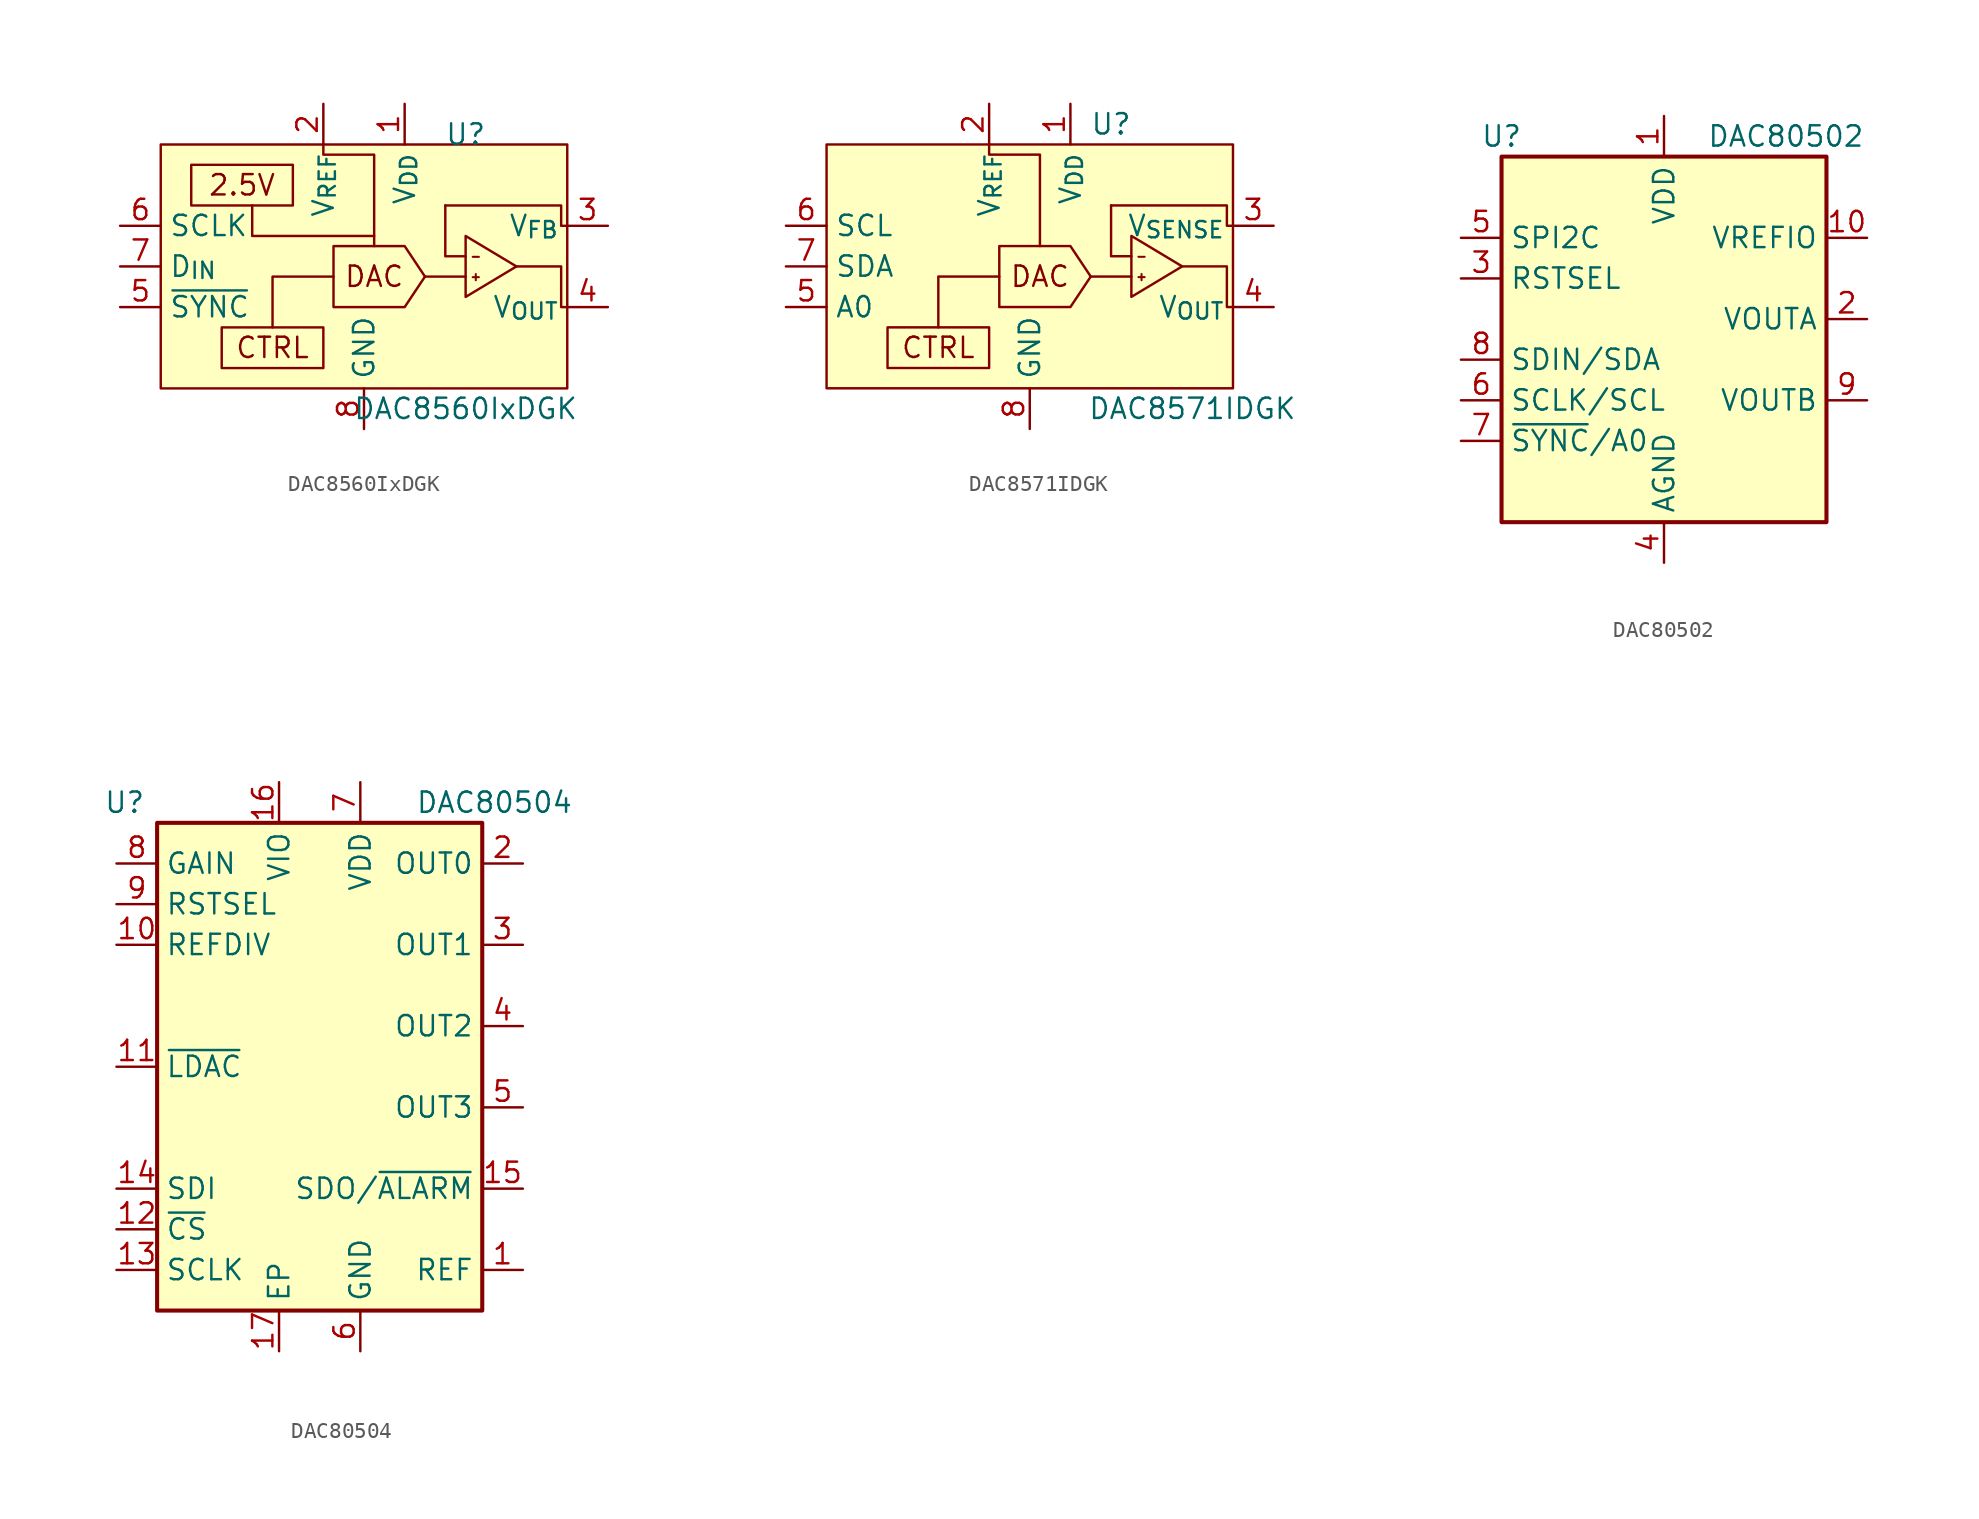
<source format=kicad_sym>
(kicad_symbol_lib
  (version 20231120)
  (generator "kicad_symbol_editor")
  (generator_version "8.0")
  (symbol "DAC8560IxDGK"
    (property "Reference" "U"
      (at 6.35 8.255 0)
      (effects (font (size 1.27 1.27))))
    (property "Value" "DAC8560IxDGK"
      (at 6.35 -8.89 0)
      (effects (font (size 1.27 1.27))))
    (symbol "DAC8560IxDGK_0_0"
      (text "DAC" (at 0.635 -0.635 0) (effects (font (size 1.27 1.27)))))
    (symbol "DAC8560IxDGK_0_1"
      (polyline (pts (xy 3.81 -0.635) (xy 6.35 -0.635)) (stroke (width 0) (type default)) (fill (type none)))
      (polyline (pts (xy 6.35 0.635) (xy 5.08 0.635) (xy 5.08 3.81)) (stroke (width 0) (type default)) (fill (type none)))
      (polyline (pts (xy 6.35 0) (xy 6.35 1.905) (xy 9.525 0) (xy 6.35 -1.905) (xy 6.35 0)) (stroke (width 0) (type default)) (fill (type none)))
      (polyline (pts (xy 3.81 -0.635) (xy 2.54 1.27) (xy -1.905 1.27) (xy -1.905 -2.54) (xy 2.54 -2.54) (xy 3.81 -0.635)) (stroke (width 0) (type default)) (fill (type none))))
    (symbol "DAC8560IxDGK_1_1"
      (rectangle (start -12.7 7.62) (end 12.7 -7.62) (stroke (width 0) (type default)) (fill (type background)))
      (rectangle (start -10.795 6.35) (end -4.445 3.81) (stroke (width 0) (type default)) (fill (type none)))
      (rectangle (start -8.89 -3.81) (end -2.54 -6.35) (stroke (width 0) (type default)) (fill (type none)))
      (polyline (pts (xy -6.985 3.81) (xy -6.985 1.905) (xy 0.635 1.905)) (stroke (width 0) (type default)) (fill (type none)))
      (polyline (pts (xy -5.715 -3.81) (xy -5.715 -0.635) (xy -1.905 -0.635)) (stroke (width 0) (type default)) (fill (type none)))
      (polyline (pts (xy -2.54 7.62) (xy -2.54 6.985) (xy 0.635 6.985) (xy 0.635 1.27)) (stroke (width 0) (type default)) (fill (type none)))
      (polyline (pts (xy 9.525 0) (xy 12.319 0) (xy 12.319 -2.54) (xy 12.7 -2.54)) (stroke (width 0) (type default)) (fill (type none)))
      (polyline (pts (xy 12.7 2.54) (xy 12.319 2.54) (xy 12.319 3.81) (xy 5.08 3.81)) (stroke (width 0) (type default)) (fill (type none)))
      (text "+" (at 6.985 -0.635 0) (effects (font (size 0.508 0.508))))
      (text "-" (at 6.985 0.635 0) (effects (font (size 0.508 0.508))))
      (text "2.5V" (at -7.62 5.08 0) (effects (font (size 1.27 1.27))))
      (text "CTRL" (at -5.715 -5.08 0) (effects (font (size 1.27 1.27))))
      (pin power_in line (at 2.54 10.16 270) (length 2.54) (name "V_{DD}" (effects (font (size 1.27 1.27)))) (number "1" (effects (font (size 1.27 1.27)))))
      (pin bidirectional line (at -2.54 10.16 270) (length 2.54) (name "V_{REF}" (effects (font (size 1.27 1.27)))) (number "2" (effects (font (size 1.27 1.27)))))
      (pin input line (at 15.24 2.54 180) (length 2.54) (name "V_{FB}" (effects (font (size 1.27 1.27)))) (number "3" (effects (font (size 1.27 1.27)))))
      (pin output line (at 15.24 -2.54 180) (length 2.54) (name "V_{OUT}" (effects (font (size 1.27 1.27)))) (number "4" (effects (font (size 1.27 1.27)))))
      (pin input line (at -15.24 -2.54 0) (length 2.54) (name "~{SYNC}" (effects (font (size 1.27 1.27)))) (number "5" (effects (font (size 1.27 1.27)))))
      (pin input line (at -15.24 2.54 0) (length 2.54) (name "SCLK" (effects (font (size 1.27 1.27)))) (number "6" (effects (font (size 1.27 1.27)))))
      (pin input line (at -15.24 0 0) (length 2.54) (name "D_{IN}" (effects (font (size 1.27 1.27)))) (number "7" (effects (font (size 1.27 1.27)))))
      (pin power_in line (at 0 -10.16 90) (length 2.54) (name "GND" (effects (font (size 1.27 1.27)))) (number "8" (effects (font (size 1.27 1.27)))))))
  (symbol "DAC8571IDGK"
    (property "Reference" "U"
      (at 5.08 8.89 0)
      (effects (font (size 1.27 1.27))))
    (property "Value" "DAC8571IDGK"
      (at 10.16 -8.89 0)
      (effects (font (size 1.27 1.27))))
    (symbol "DAC8571IDGK_0_0"
      (text "DAC" (at 0.635 -0.635 0) (effects (font (size 1.27 1.27)))))
    (symbol "DAC8571IDGK_0_1"
      (polyline (pts (xy 3.81 -0.635) (xy 6.35 -0.635)) (stroke (width 0) (type default)) (fill (type none)))
      (polyline (pts (xy 6.35 0.635) (xy 5.08 0.635) (xy 5.08 3.81)) (stroke (width 0) (type default)) (fill (type none)))
      (polyline (pts (xy 6.35 0) (xy 6.35 1.905) (xy 9.525 0) (xy 6.35 -1.905) (xy 6.35 0)) (stroke (width 0) (type default)) (fill (type none)))
      (polyline (pts (xy 3.81 -0.635) (xy 2.54 1.27) (xy -1.905 1.27) (xy -1.905 -2.54) (xy 2.54 -2.54) (xy 3.81 -0.635)) (stroke (width 0) (type default)) (fill (type none))))
    (symbol "DAC8571IDGK_1_1"
      (rectangle (start -12.7 7.62) (end 12.7 -7.62) (stroke (width 0) (type default)) (fill (type background)))
      (rectangle (start -8.89 -3.81) (end -2.54 -6.35) (stroke (width 0) (type default)) (fill (type none)))
      (polyline (pts (xy -5.715 -3.81) (xy -5.715 -0.635) (xy -1.905 -0.635)) (stroke (width 0) (type default)) (fill (type none)))
      (polyline (pts (xy -2.54 7.62) (xy -2.54 6.985) (xy 0.635 6.985) (xy 0.635 1.27)) (stroke (width 0) (type default)) (fill (type none)))
      (polyline (pts (xy 9.525 0) (xy 12.319 0) (xy 12.319 -2.54) (xy 12.7 -2.54)) (stroke (width 0) (type default)) (fill (type none)))
      (polyline (pts (xy 12.7 2.54) (xy 12.319 2.54) (xy 12.319 3.81) (xy 5.08 3.81)) (stroke (width 0) (type default)) (fill (type none)))
      (text "+" (at 6.985 -0.635 0) (effects (font (size 0.508 0.508))))
      (text "-" (at 6.985 0.635 0) (effects (font (size 0.508 0.508))))
      (text "CTRL" (at -5.715 -5.08 0) (effects (font (size 1.27 1.27))))
      (pin power_in line (at 2.54 10.16 270) (length 2.54) (name "V_{DD}" (effects (font (size 1.27 1.27)))) (number "1" (effects (font (size 1.27 1.27)))))
      (pin input line (at -2.54 10.16 270) (length 2.54) (name "V_{REF}" (effects (font (size 1.27 1.27)))) (number "2" (effects (font (size 1.27 1.27)))))
      (pin input line (at 15.24 2.54 180) (length 2.54) (name "V_{SENSE}" (effects (font (size 1.27 1.27)))) (number "3" (effects (font (size 1.27 1.27)))))
      (pin output line (at 15.24 -2.54 180) (length 2.54) (name "V_{OUT}" (effects (font (size 1.27 1.27)))) (number "4" (effects (font (size 1.27 1.27)))))
      (pin input line (at -15.24 -2.54 0) (length 2.54) (name "A0" (effects (font (size 1.27 1.27)))) (number "5" (effects (font (size 1.27 1.27)))))
      (pin input line (at -15.24 2.54 0) (length 2.54) (name "SCL" (effects (font (size 1.27 1.27)))) (number "6" (effects (font (size 1.27 1.27)))))
      (pin bidirectional line (at -15.24 0 0) (length 2.54) (name "SDA" (effects (font (size 1.27 1.27)))) (number "7" (effects (font (size 1.27 1.27)))))
      (pin power_in line (at 0 -10.16 90) (length 2.54) (name "GND" (effects (font (size 1.27 1.27)))) (number "8" (effects (font (size 1.27 1.27)))))))
  (symbol "DAC80502"
    (property "Reference" "U"
      (at -10.16 11.43 0)
      (effects (font (size 1.27 1.27))))
    (property "Value" "DAC80502"
      (at 7.62 11.43 0)
      (effects (font (size 1.27 1.27))))
    (symbol "DAC80502_0_0"
      (pin power_in line (at 0 12.7 270) (length 2.54) (name "VDD" (effects (font (size 1.27 1.27)))) (number "1" (effects (font (size 1.27 1.27)))))
      (pin bidirectional line (at 12.7 5.08 180) (length 2.54) (name "VREFIO" (effects (font (size 1.27 1.27)))) (number "10" (effects (font (size 1.27 1.27)))))
      (pin output line (at 12.7 0 180) (length 2.54) (name "VOUTA" (effects (font (size 1.27 1.27)))) (number "2" (effects (font (size 1.27 1.27)))))
      (pin input line (at -12.7 2.54 0) (length 2.54) (name "RSTSEL" (effects (font (size 1.27 1.27)))) (number "3" (effects (font (size 1.27 1.27)))))
      (pin power_in line (at 0 -15.24 90) (length 2.54) (name "AGND" (effects (font (size 1.27 1.27)))) (number "4" (effects (font (size 1.27 1.27)))))
      (pin input line (at -12.7 5.08 0) (length 2.54) (name "SPI2C" (effects (font (size 1.27 1.27)))) (number "5" (effects (font (size 1.27 1.27)))))
      (pin input line (at -12.7 -7.62 0) (length 2.54) (name "~{SYNC}/A0" (effects (font (size 1.27 1.27)))) (number "7" (effects (font (size 1.27 1.27)))))
      (pin bidirectional line (at -12.7 -2.54 0) (length 2.54) (name "SDIN/SDA" (effects (font (size 1.27 1.27)))) (number "8" (effects (font (size 1.27 1.27)))))
      (pin output line (at 12.7 -5.08 180) (length 2.54) (name "VOUTB" (effects (font (size 1.27 1.27)))) (number "9" (effects (font (size 1.27 1.27))))))
    (symbol "DAC80502_1_0"
      (pin input line (at -12.7 -5.08 0) (length 2.54) (name "SCLK/SCL" (effects (font (size 1.27 1.27)))) (number "6" (effects (font (size 1.27 1.27))))))
    (symbol "DAC80502_1_1"
      (rectangle (start -10.16 10.16) (end 10.16 -12.7) (stroke (width 0.254) (type default)) (fill (type background)))))
  (symbol "DAC80504"
    (property "Reference" "U"
      (at -12.192 16.51 0)
      (effects (font (size 1.27 1.27))))
    (property "Value" "DAC80504"
      (at 10.922 16.51 0)
      (effects (font (size 1.27 1.27))))
    (symbol "DAC80504_0_0"
      (pin bidirectional line (at 12.7 -12.7 180) (length 2.54) (name "REF" (effects (font (size 1.27 1.27)))) (number "1" (effects (font (size 1.27 1.27)))))
      (pin input line (at -12.7 7.62 0) (length 2.54) (name "REFDIV" (effects (font (size 1.27 1.27)))) (number "10" (effects (font (size 1.27 1.27)))))
      (pin input line (at -12.7 0 0) (length 2.54) (name "~{LDAC}" (effects (font (size 1.27 1.27)))) (number "11" (effects (font (size 1.27 1.27)))))
      (pin input line (at -12.7 -10.16 0) (length 2.54) (name "~{CS}" (effects (font (size 1.27 1.27)))) (number "12" (effects (font (size 1.27 1.27)))))
      (pin input line (at -12.7 -12.7 0) (length 2.54) (name "SCLK" (effects (font (size 1.27 1.27)))) (number "13" (effects (font (size 1.27 1.27)))))
      (pin input line (at -12.7 -7.62 0) (length 2.54) (name "SDI" (effects (font (size 1.27 1.27)))) (number "14" (effects (font (size 1.27 1.27)))))
      (pin output line (at 12.7 -7.62 180) (length 2.54) (name "SDO/~{ALARM}" (effects (font (size 1.27 1.27)))) (number "15" (effects (font (size 1.27 1.27)))))
      (pin power_in line (at -2.54 17.78 270) (length 2.54) (name "VIO" (effects (font (size 1.27 1.27)))) (number "16" (effects (font (size 1.27 1.27)))))
      (pin output line (at 12.7 12.7 180) (length 2.54) (name "OUT0" (effects (font (size 1.27 1.27)))) (number "2" (effects (font (size 1.27 1.27)))))
      (pin output line (at 12.7 7.62 180) (length 2.54) (name "OUT1" (effects (font (size 1.27 1.27)))) (number "3" (effects (font (size 1.27 1.27)))))
      (pin output line (at 12.7 2.54 180) (length 2.54) (name "OUT2" (effects (font (size 1.27 1.27)))) (number "4" (effects (font (size 1.27 1.27)))))
      (pin output line (at 12.7 -2.54 180) (length 2.54) (name "OUT3" (effects (font (size 1.27 1.27)))) (number "5" (effects (font (size 1.27 1.27)))))
      (pin power_in line (at 2.54 -17.78 90) (length 2.54) (name "GND" (effects (font (size 1.27 1.27)))) (number "6" (effects (font (size 1.27 1.27)))))
      (pin power_in line (at 2.54 17.78 270) (length 2.54) (name "VDD" (effects (font (size 1.27 1.27)))) (number "7" (effects (font (size 1.27 1.27)))))
      (pin input line (at -12.7 12.7 0) (length 2.54) (name "GAIN" (effects (font (size 1.27 1.27)))) (number "8" (effects (font (size 1.27 1.27)))))
      (pin input line (at -12.7 10.16 0) (length 2.54) (name "RSTSEL" (effects (font (size 1.27 1.27)))) (number "9" (effects (font (size 1.27 1.27))))))
    (symbol "DAC80504_1_0"
      (pin passive line (at -2.54 -17.78 90) (length 2.54) (name "EP" (effects (font (size 1.27 1.27)))) (number "17" (effects (font (size 1.27 1.27))))))
    (symbol "DAC80504_1_1"
      (rectangle (start -10.16 15.24) (end 10.16 -15.24) (stroke (width 0.254) (type default)) (fill (type background))))))
</source>
